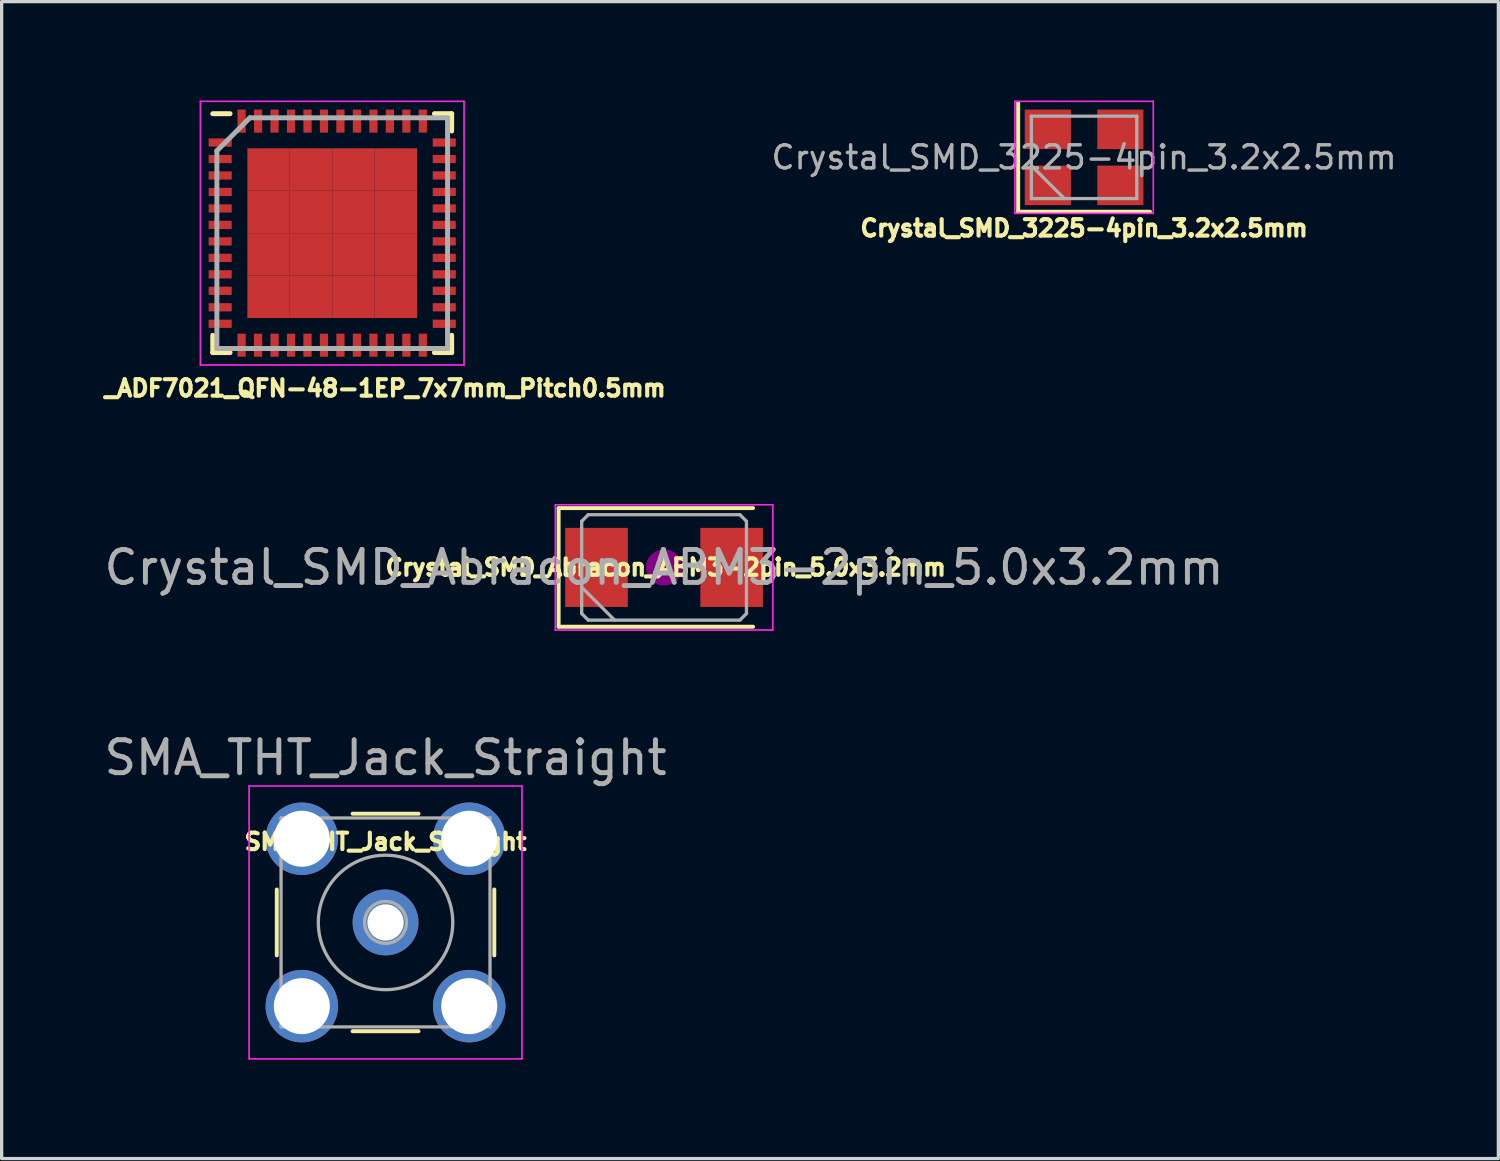
<source format=kicad_pcb>
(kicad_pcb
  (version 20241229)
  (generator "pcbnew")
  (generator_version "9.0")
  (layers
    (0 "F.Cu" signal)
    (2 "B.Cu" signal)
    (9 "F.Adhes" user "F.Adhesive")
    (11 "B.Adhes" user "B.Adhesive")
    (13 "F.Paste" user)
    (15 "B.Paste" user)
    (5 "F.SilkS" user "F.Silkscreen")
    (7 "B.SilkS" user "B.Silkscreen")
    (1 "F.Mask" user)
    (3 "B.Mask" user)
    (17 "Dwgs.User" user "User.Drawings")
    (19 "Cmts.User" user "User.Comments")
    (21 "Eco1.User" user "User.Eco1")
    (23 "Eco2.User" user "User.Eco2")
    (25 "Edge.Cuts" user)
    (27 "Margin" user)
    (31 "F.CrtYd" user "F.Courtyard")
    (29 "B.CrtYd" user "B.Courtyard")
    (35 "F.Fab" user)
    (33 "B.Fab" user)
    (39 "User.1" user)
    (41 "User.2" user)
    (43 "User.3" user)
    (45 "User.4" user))
  (footprint "Crystal_SMD_3225-4pin_3.2x2.5mm"
    (layer "F.Cu")
    (at 29.846 1.725)
    (property "Reference" "Crystal_SMD_3225-4pin_3.2x2.5mm" (at 0 2.15 0) (layer "F.SilkS") (effects (font (size 0.5 0.5) (thickness 0.125))))
    (attr smd)
    (fp_line (start -2 -1.65) (end -2 1.65) (stroke (width 0.12) (type solid)) (layer "F.SilkS"))
    (fp_line (start -2 1.65) (end 2 1.65) (stroke (width 0.12) (type solid)) (layer "F.SilkS"))
    (fp_line (start -2.1 -1.7) (end -2.1 1.7) (stroke (width 0.05) (type solid)) (layer "F.CrtYd"))
    (fp_line (start -2.1 1.7) (end 2.1 1.7) (stroke (width 0.05) (type solid)) (layer "F.CrtYd"))
    (fp_line (start 2.1 -1.7) (end -2.1 -1.7) (stroke (width 0.05) (type solid)) (layer "F.CrtYd"))
    (fp_line (start 2.1 1.7) (end 2.1 -1.7) (stroke (width 0.05) (type solid)) (layer "F.CrtYd"))
    (fp_line (start -1.6 -1.25) (end -1.6 1.25) (stroke (width 0.1) (type solid)) (layer "F.Fab"))
    (fp_line (start -1.6 0.25) (end -0.6 1.25) (stroke (width 0.1) (type solid)) (layer "F.Fab"))
    (fp_line (start -1.6 1.25) (end 1.6 1.25) (stroke (width 0.1) (type solid)) (layer "F.Fab"))
    (fp_line (start 1.6 -1.25) (end -1.6 -1.25) (stroke (width 0.1) (type solid)) (layer "F.Fab"))
    (fp_line (start 1.6 1.25) (end 1.6 -1.25) (stroke (width 0.1) (type solid)) (layer "F.Fab"))
    (fp_text user "${REFERENCE}" (at 0 0 0) (layer "F.Fab") (effects (font (size 0.7 0.7) (thickness 0.105))))
    (pad "1" smd rect (at -1.1 0.85) (size 1.4 1.2) (layers "F.Cu" "F.Mask" "F.Paste"))
    (pad "2" smd rect (at 1.1 0.85) (size 1.4 1.2) (layers "F.Cu" "F.Mask" "F.Paste"))
    (pad "3" smd rect (at 1.1 -0.85) (size 1.4 1.2) (layers "F.Cu" "F.Mask" "F.Paste"))
    (pad "4" smd rect (at -1.1 -0.85) (size 1.4 1.2) (layers "F.Cu" "F.Mask" "F.Paste")))
  (footprint "SMA_THT_Jack_Straight"
    (layer "F.Cu")
    (at 8.649 24.941)
    (property "Reference" "SMA_THT_Jack_Straight" (at 0 -2.45 0) (layer "F.SilkS") (effects (font (size 0.5 0.5) (thickness 0.125))))
    (attr through_hole)
    (fp_line (start -3.3 -1) (end -3.3 1) (stroke (width 0.12) (type solid)) (layer "F.SilkS"))
    (fp_line (start -1 -3.3) (end 1 -3.3) (stroke (width 0.12) (type solid)) (layer "F.SilkS"))
    (fp_line (start -1 3.3) (end 1 3.3) (stroke (width 0.12) (type solid)) (layer "F.SilkS"))
    (fp_line (start 3.3 -1) (end 3.3 1) (stroke (width 0.12) (type solid)) (layer "F.SilkS"))
    (fp_line (start -4.14 -4.14) (end -4.14 4.14) (stroke (width 0.05) (type solid)) (layer "F.CrtYd"))
    (fp_line (start -4.14 -4.14) (end 4.14 -4.14) (stroke (width 0.05) (type solid)) (layer "F.CrtYd"))
    (fp_line (start 4.14 4.14) (end -4.14 4.14) (stroke (width 0.05) (type solid)) (layer "F.CrtYd"))
    (fp_line (start 4.14 4.14) (end 4.14 -4.14) (stroke (width 0.05) (type solid)) (layer "F.CrtYd"))
    (fp_line (start -3.17 -3.17) (end -3.17 3.17) (stroke (width 0.1) (type solid)) (layer "F.Fab"))
    (fp_line (start -3.17 -3.17) (end 3.17 -3.17) (stroke (width 0.1) (type solid)) (layer "F.Fab"))
    (fp_line (start -3.17 3.17) (end 3.17 3.17) (stroke (width 0.1) (type solid)) (layer "F.Fab"))
    (fp_line (start -3.05 -3.05) (end -3.05 -2.03) (stroke (width 0.1) (type solid)) (layer "F.Fab"))
    (fp_line (start -3.05 -3.05) (end -2.03 -3.05) (stroke (width 0.1) (type solid)) (layer "F.Fab"))
    (fp_line (start -3.05 -2.03) (end -2.03 -2.03) (stroke (width 0.1) (type solid)) (layer "F.Fab"))
    (fp_line (start -3.05 2.03) (end -2.03 2.03) (stroke (width 0.1) (type solid)) (layer "F.Fab"))
    (fp_line (start -3.05 3.05) (end -3.05 2.03) (stroke (width 0.1) (type solid)) (layer "F.Fab"))
    (fp_line (start -3.05 3.05) (end -2.03 3.05) (stroke (width 0.1) (type solid)) (layer "F.Fab"))
    (fp_line (start -2.03 -3.05) (end -2.03 -2.03) (stroke (width 0.1) (type solid)) (layer "F.Fab"))
    (fp_line (start -2.03 2.03) (end -2.03 3.05) (stroke (width 0.1) (type solid)) (layer "F.Fab"))
    (fp_line (start 2.03 -3.05) (end 2.03 -2.03) (stroke (width 0.1) (type solid)) (layer "F.Fab"))
    (fp_line (start 2.03 -3.05) (end 3.05 -3.05) (stroke (width 0.1) (type solid)) (layer "F.Fab"))
    (fp_line (start 2.03 -2.03) (end 3.05 -2.03) (stroke (width 0.1) (type solid)) (layer "F.Fab"))
    (fp_line (start 2.03 2.03) (end 2.03 3.05) (stroke (width 0.1) (type solid)) (layer "F.Fab"))
    (fp_line (start 2.03 3.05) (end 3.05 3.05) (stroke (width 0.1) (type solid)) (layer "F.Fab"))
    (fp_line (start 3.05 -3.05) (end 3.05 -2.03) (stroke (width 0.1) (type solid)) (layer "F.Fab"))
    (fp_line (start 3.05 2.03) (end 2.03 2.03) (stroke (width 0.1) (type solid)) (layer "F.Fab"))
    (fp_line (start 3.05 2.03) (end 3.05 3.05) (stroke (width 0.1) (type solid)) (layer "F.Fab"))
    (fp_line (start 3.17 -3.17) (end 3.17 3.17) (stroke (width 0.1) (type solid)) (layer "F.Fab"))
    (fp_circle (center 0 0) (end 0.635 0) (stroke (width 0.1) (type solid)) (fill no) (layer "F.Fab"))
    (fp_circle (center 0 0) (end 2.04 0) (stroke (width 0.1) (type solid)) (fill no) (layer "F.Fab"))
    (fp_text user "${REFERENCE}" (at 0 -5 0) (layer "F.Fab") (effects (font (size 1 1) (thickness 0.15))))
    (pad "1" thru_hole circle (at 0 0) (size 2 2) (drill 1.1) (layers "*.Cu" "*.Mask"))
    (pad "2" thru_hole circle (at -2.54 -2.54) (size 2.2 2.2) (drill 1.7) (layers "*.Cu" "*.Mask"))
    (pad "2" thru_hole circle (at -2.54 2.54) (size 2.2 2.2) (drill 1.7) (layers "*.Cu" "*.Mask"))
    (pad "2" thru_hole circle (at 2.54 -2.54) (size 2.2 2.2) (drill 1.7) (layers "*.Cu" "*.Mask"))
    (pad "2" thru_hole circle (at 2.54 2.54) (size 2.2 2.2) (drill 1.7) (layers "*.Cu" "*.Mask")))
  (footprint "_ADF7021_QFN-48-1EP_7x7mm_Pitch0.5mm"
    (layer "F.Cu")
    (at 7.031 4.025)
    (property "Reference" "_ADF7021_QFN-48-1EP_7x7mm_Pitch0.5mm" (at 1.606 4.706 0) (layer "F.SilkS") (effects (font (size 0.5 0.5) (thickness 0.125))))
    (attr smd)
    (fp_line (start -3.625 -3.625) (end -3.1 -3.625) (stroke (width 0.15) (type solid)) (layer "F.SilkS"))
    (fp_line (start -3.625 3.625) (end -3.625 3.1) (stroke (width 0.15) (type solid)) (layer "F.SilkS"))
    (fp_line (start -3.625 3.625) (end -3.1 3.625) (stroke (width 0.15) (type solid)) (layer "F.SilkS"))
    (fp_line (start 3.625 -3.625) (end 3.1 -3.625) (stroke (width 0.15) (type solid)) (layer "F.SilkS"))
    (fp_line (start 3.625 -3.625) (end 3.625 -3.1) (stroke (width 0.15) (type solid)) (layer "F.SilkS"))
    (fp_line (start 3.625 3.625) (end 3.1 3.625) (stroke (width 0.15) (type solid)) (layer "F.SilkS"))
    (fp_line (start 3.625 3.625) (end 3.625 3.1) (stroke (width 0.15) (type solid)) (layer "F.SilkS"))
    (fp_line (start -4 -4) (end -4 4) (stroke (width 0.05) (type solid)) (layer "F.CrtYd"))
    (fp_line (start -4 -4) (end 4 -4) (stroke (width 0.05) (type solid)) (layer "F.CrtYd"))
    (fp_line (start -4 4) (end 4 4) (stroke (width 0.05) (type solid)) (layer "F.CrtYd"))
    (fp_line (start 4 -4) (end 4 4) (stroke (width 0.05) (type solid)) (layer "F.CrtYd"))
    (fp_line (start -3.5 -2.5) (end -2.5 -3.5) (stroke (width 0.15) (type solid)) (layer "F.Fab"))
    (fp_line (start -3.5 3.5) (end -3.5 -2.5) (stroke (width 0.15) (type solid)) (layer "F.Fab"))
    (fp_line (start -2.5 -3.5) (end 3.5 -3.5) (stroke (width 0.15) (type solid)) (layer "F.Fab"))
    (fp_line (start 3.5 -3.5) (end 3.5 3.5) (stroke (width 0.15) (type solid)) (layer "F.Fab"))
    (fp_line (start 3.5 3.5) (end -3.5 3.5) (stroke (width 0.15) (type solid)) (layer "F.Fab"))
    (pad "1" smd rect (at -3.4 -2.75) (size 0.7 0.25) (layers "F.Cu" "F.Mask" "F.Paste"))
    (pad "2" smd rect (at -3.4 -2.25) (size 0.7 0.25) (layers "F.Cu" "F.Mask" "F.Paste"))
    (pad "3" smd rect (at -3.4 -1.75) (size 0.7 0.25) (layers "F.Cu" "F.Mask" "F.Paste"))
    (pad "4" smd rect (at -3.4 -1.25) (size 0.7 0.25) (layers "F.Cu" "F.Mask" "F.Paste"))
    (pad "5" smd rect (at -3.4 -0.75) (size 0.7 0.25) (layers "F.Cu" "F.Mask" "F.Paste"))
    (pad "6" smd rect (at -3.4 -0.25) (size 0.7 0.25) (layers "F.Cu" "F.Mask" "F.Paste"))
    (pad "7" smd rect (at -3.4 0.25) (size 0.7 0.25) (layers "F.Cu" "F.Mask" "F.Paste"))
    (pad "8" smd rect (at -3.4 0.75) (size 0.7 0.25) (layers "F.Cu" "F.Mask" "F.Paste"))
    (pad "9" smd rect (at -3.4 1.25) (size 0.7 0.25) (layers "F.Cu" "F.Mask" "F.Paste"))
    (pad "10" smd rect (at -3.4 1.75) (size 0.7 0.25) (layers "F.Cu" "F.Mask" "F.Paste"))
    (pad "11" smd rect (at -3.4 2.25) (size 0.7 0.25) (layers "F.Cu" "F.Mask" "F.Paste"))
    (pad "12" smd rect (at -3.4 2.75) (size 0.7 0.25) (layers "F.Cu" "F.Mask" "F.Paste"))
    (pad "13" smd rect (at -2.75 3.4 90) (size 0.7 0.25) (layers "F.Cu" "F.Mask" "F.Paste"))
    (pad "14" smd rect (at -2.25 3.4 90) (size 0.7 0.25) (layers "F.Cu" "F.Mask" "F.Paste"))
    (pad "15" smd rect (at -1.75 3.4 90) (size 0.7 0.25) (layers "F.Cu" "F.Mask" "F.Paste"))
    (pad "16" smd rect (at -1.25 3.4 90) (size 0.7 0.25) (layers "F.Cu" "F.Mask" "F.Paste"))
    (pad "17" smd rect (at -0.75 3.4 90) (size 0.7 0.25) (layers "F.Cu" "F.Mask" "F.Paste"))
    (pad "18" smd rect (at -0.25 3.4 90) (size 0.7 0.25) (layers "F.Cu" "F.Mask" "F.Paste"))
    (pad "19" smd rect (at 0.25 3.4 90) (size 0.7 0.25) (layers "F.Cu" "F.Mask" "F.Paste"))
    (pad "20" smd rect (at 0.75 3.4 90) (size 0.7 0.25) (layers "F.Cu" "F.Mask" "F.Paste"))
    (pad "21" smd rect (at 1.25 3.4 90) (size 0.7 0.25) (layers "F.Cu" "F.Mask" "F.Paste"))
    (pad "22" smd rect (at 1.75 3.4 90) (size 0.7 0.25) (layers "F.Cu" "F.Mask" "F.Paste"))
    (pad "23" smd rect (at 2.25 3.4 90) (size 0.7 0.25) (layers "F.Cu" "F.Mask" "F.Paste"))
    (pad "24" smd rect (at 2.75 3.4 90) (size 0.7 0.25) (layers "F.Cu" "F.Mask" "F.Paste"))
    (pad "25" smd rect (at 3.4 2.75) (size 0.7 0.25) (layers "F.Cu" "F.Mask" "F.Paste"))
    (pad "26" smd rect (at 3.4 2.25) (size 0.7 0.25) (layers "F.Cu" "F.Mask" "F.Paste"))
    (pad "27" smd rect (at 3.4 1.75) (size 0.7 0.25) (layers "F.Cu" "F.Mask" "F.Paste"))
    (pad "28" smd rect (at 3.4 1.25) (size 0.7 0.25) (layers "F.Cu" "F.Mask" "F.Paste"))
    (pad "29" smd rect (at 3.4 0.75) (size 0.7 0.25) (layers "F.Cu" "F.Mask" "F.Paste"))
    (pad "30" smd rect (at 3.4 0.25) (size 0.7 0.25) (layers "F.Cu" "F.Mask" "F.Paste"))
    (pad "31" smd rect (at 3.4 -0.25) (size 0.7 0.25) (layers "F.Cu" "F.Mask" "F.Paste"))
    (pad "32" smd rect (at 3.4 -0.75) (size 0.7 0.25) (layers "F.Cu" "F.Mask" "F.Paste"))
    (pad "33" smd rect (at 3.4 -1.25) (size 0.7 0.25) (layers "F.Cu" "F.Mask" "F.Paste"))
    (pad "34" smd rect (at 3.4 -1.75) (size 0.7 0.25) (layers "F.Cu" "F.Mask" "F.Paste"))
    (pad "35" smd rect (at 3.4 -2.25) (size 0.7 0.25) (layers "F.Cu" "F.Mask" "F.Paste"))
    (pad "36" smd rect (at 3.4 -2.75) (size 0.7 0.25) (layers "F.Cu" "F.Mask" "F.Paste"))
    (pad "37" smd rect (at 2.75 -3.4 90) (size 0.7 0.25) (layers "F.Cu" "F.Mask" "F.Paste"))
    (pad "38" smd rect (at 2.25 -3.4 90) (size 0.7 0.25) (layers "F.Cu" "F.Mask" "F.Paste"))
    (pad "39" smd rect (at 1.75 -3.4 90) (size 0.7 0.25) (layers "F.Cu" "F.Mask" "F.Paste"))
    (pad "40" smd rect (at 1.25 -3.4 90) (size 0.7 0.25) (layers "F.Cu" "F.Mask" "F.Paste"))
    (pad "41" smd rect (at 0.75 -3.4 90) (size 0.7 0.25) (layers "F.Cu" "F.Mask" "F.Paste"))
    (pad "42" smd rect (at 0.25 -3.4 90) (size 0.7 0.25) (layers "F.Cu" "F.Mask" "F.Paste"))
    (pad "43" smd rect (at -0.25 -3.4 90) (size 0.7 0.25) (layers "F.Cu" "F.Mask" "F.Paste"))
    (pad "44" smd rect (at -0.75 -3.4 90) (size 0.7 0.25) (layers "F.Cu" "F.Mask" "F.Paste"))
    (pad "45" smd rect (at -1.25 -3.4 90) (size 0.7 0.25) (layers "F.Cu" "F.Mask" "F.Paste"))
    (pad "46" smd rect (at -1.75 -3.4 90) (size 0.7 0.25) (layers "F.Cu" "F.Mask" "F.Paste"))
    (pad "47" smd rect (at -2.25 -3.4 90) (size 0.7 0.25) (layers "F.Cu" "F.Mask" "F.Paste"))
    (pad "48" smd rect (at -2.75 -3.4 90) (size 0.7 0.25) (layers "F.Cu" "F.Mask" "F.Paste"))
    (pad "49" smd rect (at -1.931 -1.931) (size 1.288 1.288) (layers "F.Cu" "F.Mask" "F.Paste"))
    (pad "49" smd rect (at -1.931 -0.644) (size 1.288 1.288) (layers "F.Cu" "F.Mask" "F.Paste"))
    (pad "49" smd rect (at -1.931 0.644) (size 1.288 1.288) (layers "F.Cu" "F.Mask" "F.Paste"))
    (pad "49" smd rect (at -1.931 1.931) (size 1.288 1.288) (layers "F.Cu" "F.Mask" "F.Paste"))
    (pad "49" smd rect (at -0.644 -1.931) (size 1.288 1.288) (layers "F.Cu" "F.Mask" "F.Paste"))
    (pad "49" smd rect (at -0.644 -0.644) (size 1.288 1.288) (layers "F.Cu" "F.Mask" "F.Paste"))
    (pad "49" smd rect (at -0.644 0.644) (size 1.288 1.288) (layers "F.Cu" "F.Mask" "F.Paste"))
    (pad "49" smd rect (at -0.644 1.931) (size 1.288 1.288) (layers "F.Cu" "F.Mask" "F.Paste"))
    (pad "49" smd rect (at 0.644 -1.931) (size 1.288 1.288) (layers "F.Cu" "F.Mask" "F.Paste"))
    (pad "49" smd rect (at 0.644 -0.644) (size 1.288 1.288) (layers "F.Cu" "F.Mask" "F.Paste"))
    (pad "49" smd rect (at 0.644 0.644) (size 1.288 1.288) (layers "F.Cu" "F.Mask" "F.Paste"))
    (pad "49" smd rect (at 0.644 1.931) (size 1.288 1.288) (layers "F.Cu" "F.Mask" "F.Paste"))
    (pad "49" smd rect (at 1.931 -1.931) (size 1.288 1.288) (layers "F.Cu" "F.Mask" "F.Paste"))
    (pad "49" smd rect (at 1.931 -0.644) (size 1.288 1.288) (layers "F.Cu" "F.Mask" "F.Paste"))
    (pad "49" smd rect (at 1.931 0.644) (size 1.288 1.288) (layers "F.Cu" "F.Mask" "F.Paste"))
    (pad "49" smd rect (at 1.931 1.931) (size 1.288 1.288) (layers "F.Cu" "F.Mask" "F.Paste")))
  (footprint "Crystal_SMD_Abracon_ABM3-2pin_5.0x3.2mm"
    (layer "F.Cu")
    (at 17.101 14.168)
    (property "Reference" "Crystal_SMD_Abracon_ABM3-2pin_5.0x3.2mm" (at 0.05 0 0) (layer "F.SilkS") (effects (font (size 0.5 0.5) (thickness 0.125))))
    (attr smd)
    (fp_line (start -3.2 -1.8) (end -3.2 1.8) (stroke (width 0.12) (type solid)) (layer "F.SilkS"))
    (fp_line (start -3.2 1.8) (end 2.7 1.8) (stroke (width 0.12) (type solid)) (layer "F.SilkS"))
    (fp_line (start 2.7 -1.8) (end -3.2 -1.8) (stroke (width 0.12) (type solid)) (layer "F.SilkS"))
    (fp_circle (center 0 0) (end 0.117 0) (stroke (width 0.233) (type solid)) (fill no) (layer "F.Adhes"))
    (fp_circle (center 0 0) (end 0.267 0) (stroke (width 0.167) (type solid)) (fill no) (layer "F.Adhes"))
    (fp_circle (center 0 0) (end 0.417 0) (stroke (width 0.167) (type solid)) (fill no) (layer "F.Adhes"))
    (fp_circle (center 0 0) (end 0.5 0) (stroke (width 0.1) (type solid)) (fill no) (layer "F.Adhes"))
    (fp_line (start -3.3 -1.9) (end -3.3 1.9) (stroke (width 0.05) (type solid)) (layer "F.CrtYd"))
    (fp_line (start -3.3 1.9) (end 3.3 1.9) (stroke (width 0.05) (type solid)) (layer "F.CrtYd"))
    (fp_line (start 3.3 -1.9) (end -3.3 -1.9) (stroke (width 0.05) (type solid)) (layer "F.CrtYd"))
    (fp_line (start 3.3 1.9) (end 3.3 -1.9) (stroke (width 0.05) (type solid)) (layer "F.CrtYd"))
    (fp_line (start -2.5 -1.4) (end -2.3 -1.6) (stroke (width 0.1) (type solid)) (layer "F.Fab"))
    (fp_line (start -2.5 0.6) (end -1.5 1.6) (stroke (width 0.1) (type solid)) (layer "F.Fab"))
    (fp_line (start -2.5 1.4) (end -2.5 -1.4) (stroke (width 0.1) (type solid)) (layer "F.Fab"))
    (fp_line (start -2.3 -1.6) (end 2.3 -1.6) (stroke (width 0.1) (type solid)) (layer "F.Fab"))
    (fp_line (start -2.3 1.6) (end -2.5 1.4) (stroke (width 0.1) (type solid)) (layer "F.Fab"))
    (fp_line (start 2.3 -1.6) (end 2.5 -1.4) (stroke (width 0.1) (type solid)) (layer "F.Fab"))
    (fp_line (start 2.3 1.6) (end -2.3 1.6) (stroke (width 0.1) (type solid)) (layer "F.Fab"))
    (fp_line (start 2.5 -1.4) (end 2.5 1.4) (stroke (width 0.1) (type solid)) (layer "F.Fab"))
    (fp_line (start 2.5 1.4) (end 2.3 1.6) (stroke (width 0.1) (type solid)) (layer "F.Fab"))
    (fp_text user "${REFERENCE}" (at 0 0 0) (layer "F.Fab") (effects (font (size 1 1) (thickness 0.15))))
    (pad "1" smd rect (at -2.05 0) (size 1.9 2.4) (layers "F.Cu" "F.Mask" "F.Paste"))
    (pad "2" smd rect (at 2.05 0) (size 1.9 2.4) (layers "F.Cu" "F.Mask" "F.Paste")))
  (gr_rect
    (start -3 -3)
    (end 42.417 32.106)
    (stroke (width 0.1) (type default))
    (fill no)
    (layer "Edge.Cuts")))
</source>
